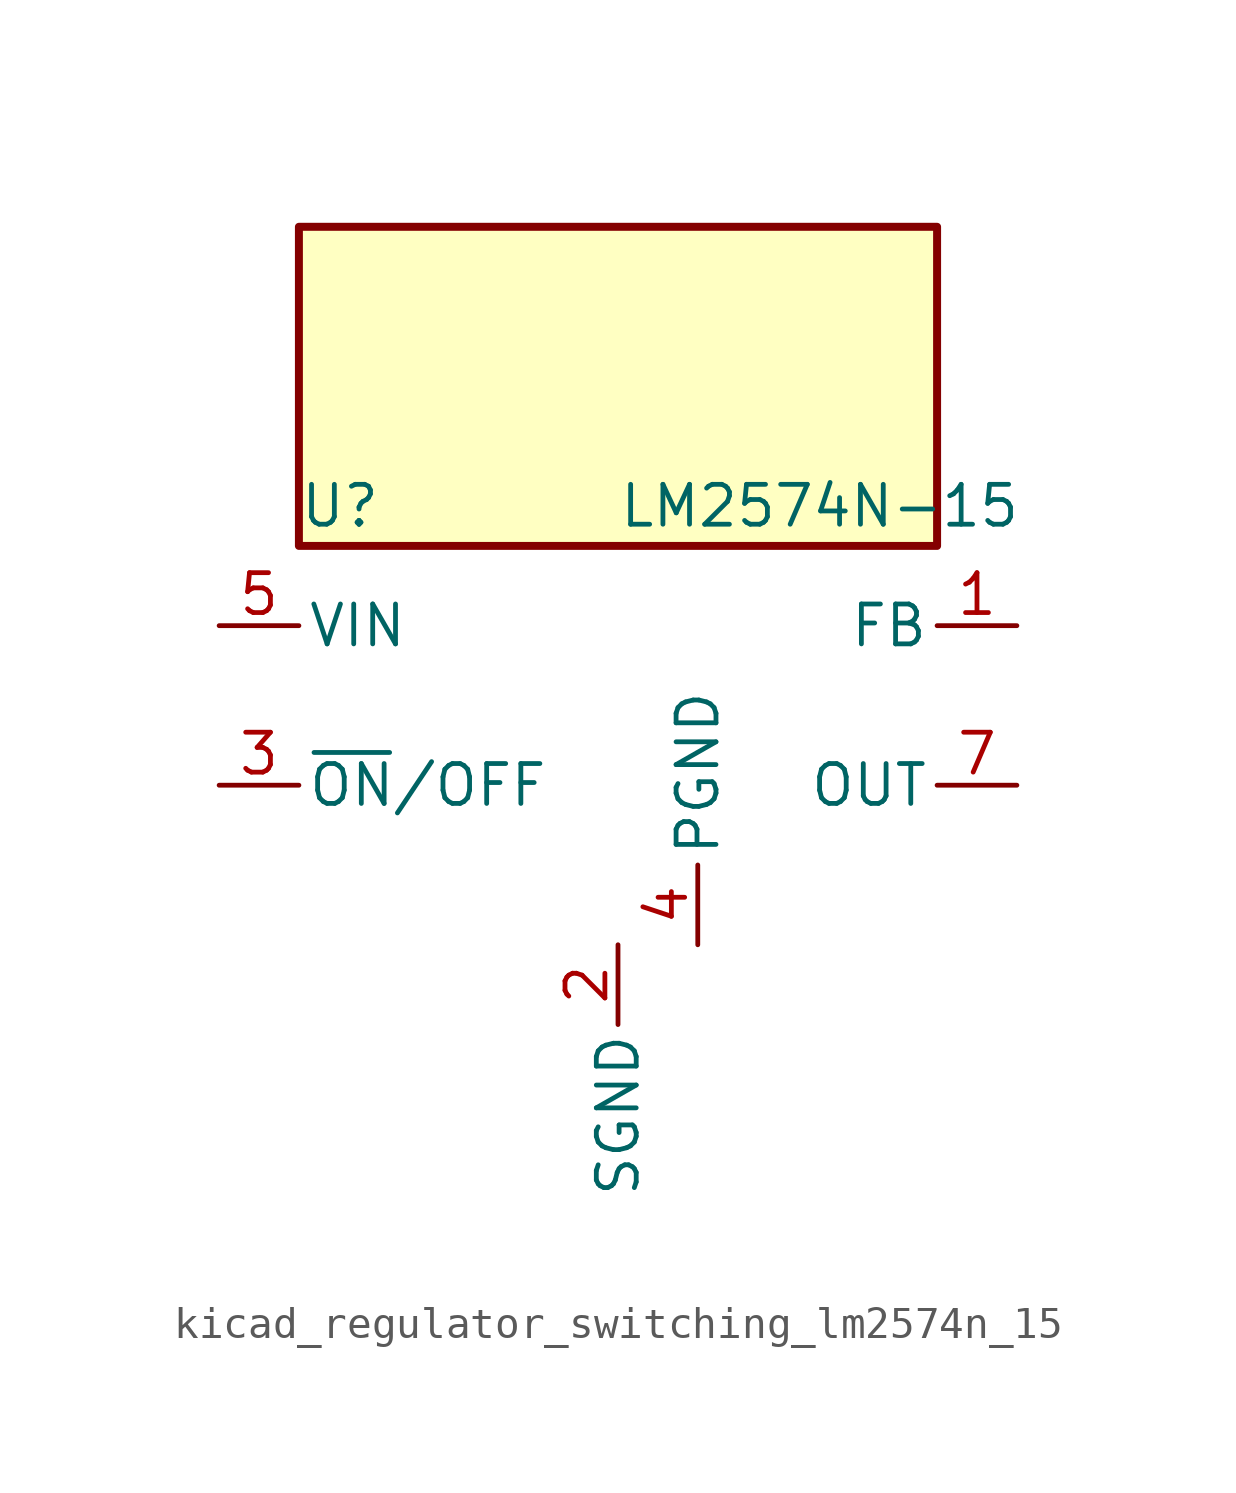
<source format=kicad_sym>
(kicad_symbol_lib
  (version 20220914)
  (generator kicad_symbol_editor)
  (symbol "kicad_regulator_switching_lm2574n_15"
    (pin_names
      (offset 0.254))
    (property "Reference" "U"
      (at -10.16 6.35 0)
      (effects (font (size 1.27 1.27)) (justify left)))
    (property "Value" "LM2574N-15"
      (at 0 6.35 0)
      (effects (font (size 1.27 1.27)) (justify left)))
    (symbol "kicad_regulator_switching_lm2574n_15_0_1"
      (rectangle (start 10.16 15.24) (end -10.16 5.08) (stroke (width 0.254) (type default)) (fill (type background))))
    (symbol "kicad_regulator_switching_lm2574n_15_1_1"
      (pin input line (at 12.7 2.54 180) (length 2.54) (name "FB" (effects (font (size 1.27 1.27)))) (number "1" (effects (font (size 1.27 1.27)))))
      (pin power_in line (at 0 -7.62 270) (length 2.54) (name "SGND" (effects (font (size 1.27 1.27)))) (number "2" (effects (font (size 1.27 1.27)))))
      (pin input line (at -12.7 -2.54 0) (length 2.54) (name "~{ON}/OFF" (effects (font (size 1.27 1.27)))) (number "3" (effects (font (size 1.27 1.27)))))
      (pin power_in line (at 2.54 -7.62 90) (length 2.54) (name "PGND" (effects (font (size 1.27 1.27)))) (number "4" (effects (font (size 1.27 1.27)))))
      (pin power_in line (at -12.7 2.54 0) (length 2.54) (name "VIN" (effects (font (size 1.27 1.27)))) (number "5" (effects (font (size 1.27 1.27)))))
      (pin no_connect line (at -10.16 0 0) (length 2.54) hide (name "NC" (effects (font (size 1.27 1.27)))) (number "6" (effects (font (size 1.27 1.27)))))
      (pin output line (at 12.7 -2.54 180) (length 2.54) (name "OUT" (effects (font (size 1.27 1.27)))) (number "7" (effects (font (size 1.27 1.27)))))
      (pin no_connect line (at 10.16 0 180) (length 2.54) hide (name "NC" (effects (font (size 1.27 1.27)))) (number "8" (effects (font (size 1.27 1.27))))))))
</source>
